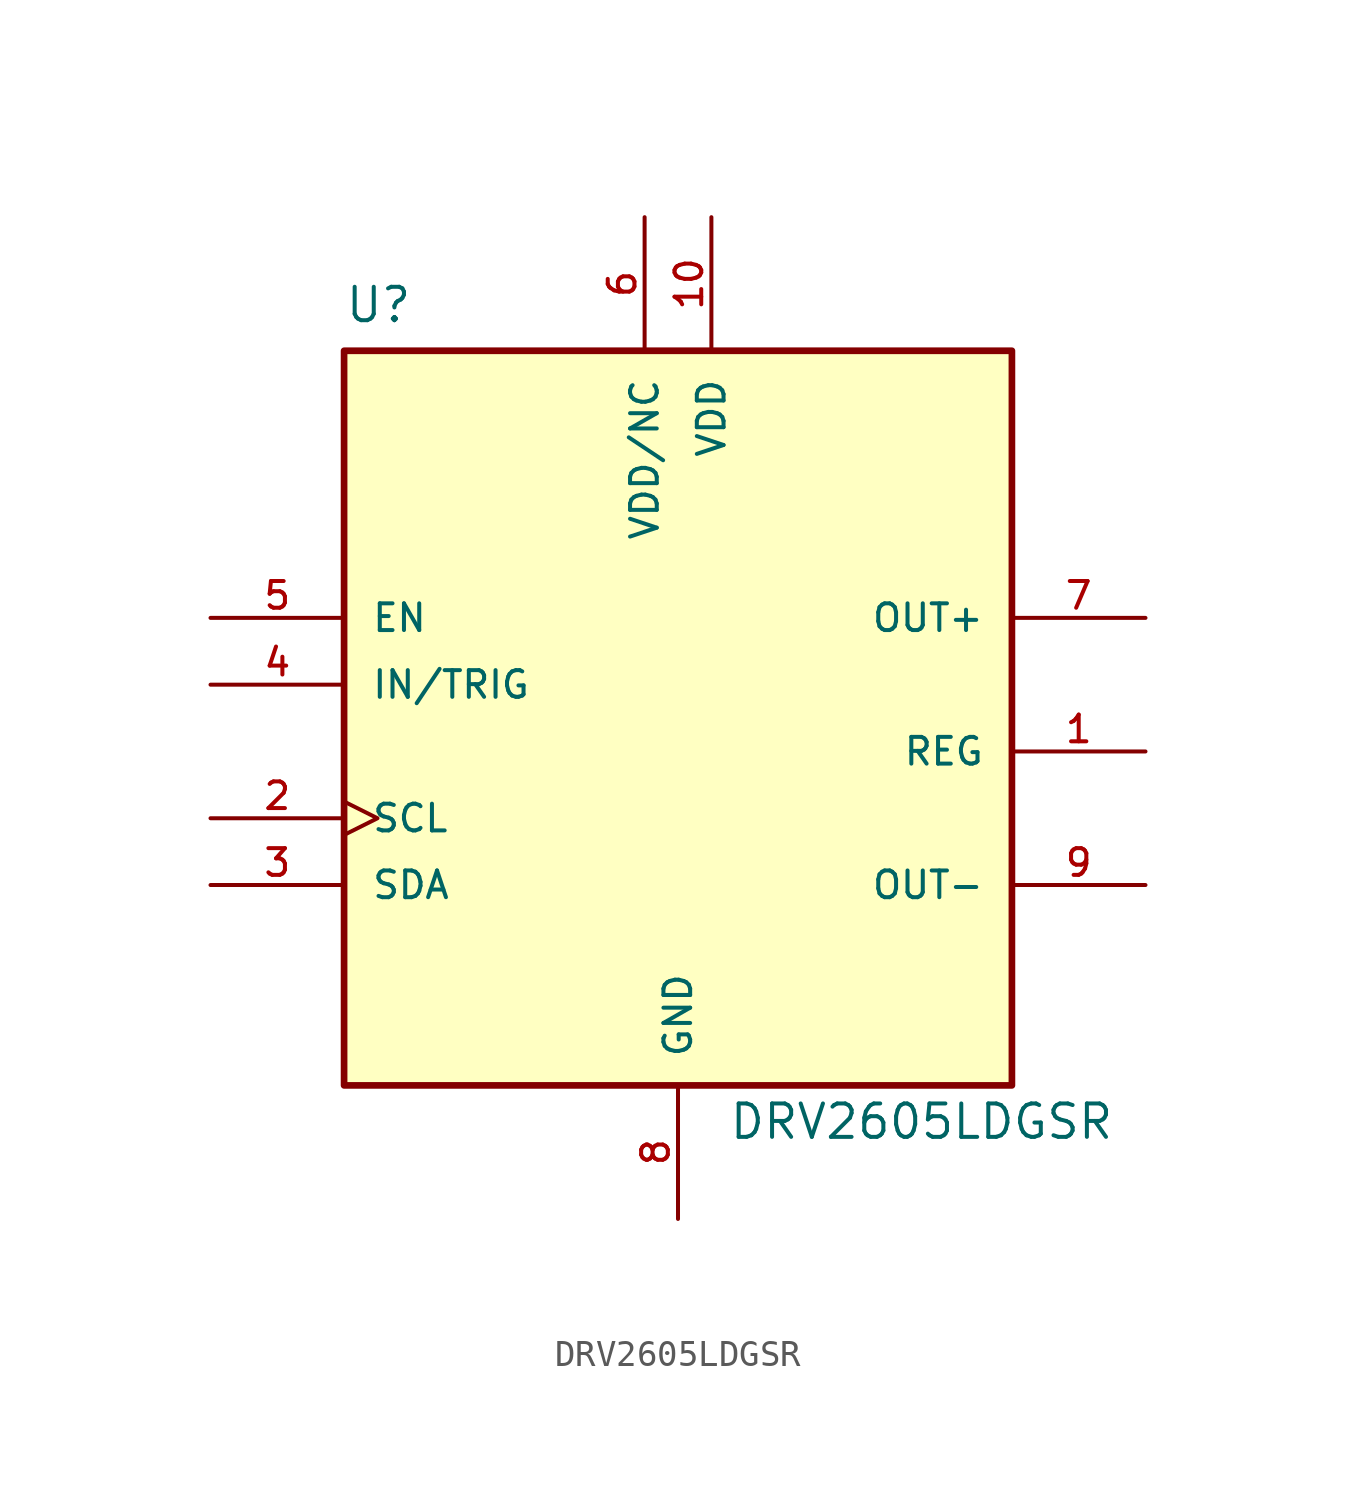
<source format=kicad_sym>
(kicad_symbol_lib
  (version 20211014)
  (generator kicad_symbol_editor)
  (symbol "DRV2605LDGSR"
    (pin_names
      (offset 1.016))
    (property "Reference" "U"
      (at -12.7 16.24 0)
      (effects (font (size 1.27 1.27)) (justify left bottom)))
    (property "Value" "DRV2605LDGSR"
      (at 1.905 -13.335 0)
      (effects (font (size 1.27 1.27)) (justify left top)))
    (symbol "DRV2605LDGSR_0_0"
      (rectangle (start -12.7 -12.7) (end 12.7 15.24) (stroke (width 0.254) (type default) (color 0 0 0 0)) (fill (type background)))
      (pin output line (at 17.78 0 180) (length 5.08) (name "REG" (effects (font (size 1.016 1.016)))) (number "1" (effects (font (size 1.016 1.016)))))
      (pin power_in line (at 1.27 20.32 270) (length 5.08) (name "VDD" (effects (font (size 1.016 1.016)))) (number "10" (effects (font (size 1.016 1.016)))))
      (pin input clock (at -17.78 -2.54 0) (length 5.08) (name "SCL" (effects (font (size 1.016 1.016)))) (number "2" (effects (font (size 1.016 1.016)))))
      (pin bidirectional line (at -17.78 -5.08 0) (length 5.08) (name "SDA" (effects (font (size 1.016 1.016)))) (number "3" (effects (font (size 1.016 1.016)))))
      (pin input line (at -17.78 2.54 0) (length 5.08) (name "IN/TRIG" (effects (font (size 1.016 1.016)))) (number "4" (effects (font (size 1.016 1.016)))))
      (pin input line (at -17.78 5.08 0) (length 5.08) (name "EN" (effects (font (size 1.016 1.016)))) (number "5" (effects (font (size 1.016 1.016)))))
      (pin power_in line (at -1.27 20.32 270) (length 5.08) (name "VDD/NC" (effects (font (size 1.016 1.016)))) (number "6" (effects (font (size 1.016 1.016)))))
      (pin output line (at 17.78 5.08 180) (length 5.08) (name "OUT+" (effects (font (size 1.016 1.016)))) (number "7" (effects (font (size 1.016 1.016)))))
      (pin power_in line (at 0 -17.78 90) (length 5.08) (name "GND" (effects (font (size 1.016 1.016)))) (number "8" (effects (font (size 1.016 1.016)))))
      (pin output line (at 17.78 -5.08 180) (length 5.08) (name "OUT-" (effects (font (size 1.016 1.016)))) (number "9" (effects (font (size 1.016 1.016))))))))
</source>
